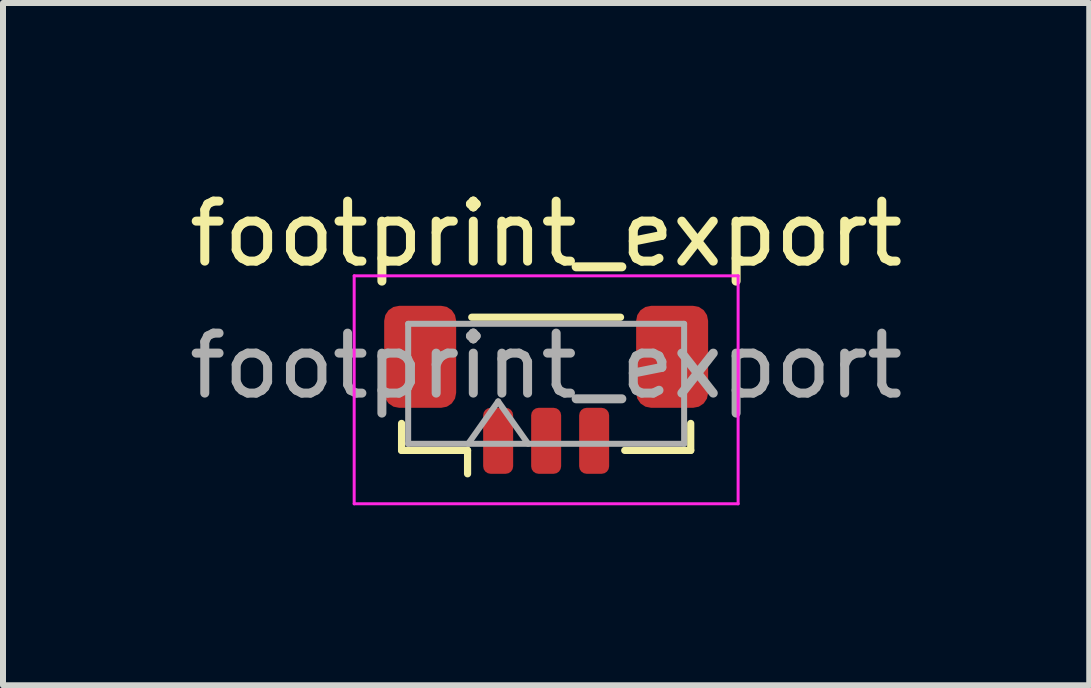
<source format=kicad_pcb>
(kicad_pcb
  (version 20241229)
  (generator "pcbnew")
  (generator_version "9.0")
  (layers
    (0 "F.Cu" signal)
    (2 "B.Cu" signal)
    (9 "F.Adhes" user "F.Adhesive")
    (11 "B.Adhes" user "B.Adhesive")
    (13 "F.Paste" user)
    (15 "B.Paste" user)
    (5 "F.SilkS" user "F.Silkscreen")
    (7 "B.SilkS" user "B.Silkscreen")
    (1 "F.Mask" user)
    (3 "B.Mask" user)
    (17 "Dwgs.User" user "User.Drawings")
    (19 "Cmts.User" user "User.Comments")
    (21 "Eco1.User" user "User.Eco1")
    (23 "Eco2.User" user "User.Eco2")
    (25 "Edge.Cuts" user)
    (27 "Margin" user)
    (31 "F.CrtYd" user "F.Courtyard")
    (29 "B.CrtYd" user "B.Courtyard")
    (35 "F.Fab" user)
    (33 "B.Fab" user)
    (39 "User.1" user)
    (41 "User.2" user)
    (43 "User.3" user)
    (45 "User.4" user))
  (footprint "footprint_export"
    (layer "F.Cu")
    (at 6.054 3.448)
    (property "Reference" "footprint_export" (at 0 -2.6 0) (layer "F.SilkS") (effects (font (size 1 1) (thickness 0.15))))
    (attr smd)
    (fp_line (start -2.41 0.56) (end -2.41 1.01) (stroke (width 0.12) (type solid)) (layer "F.SilkS"))
    (fp_line (start -2.41 1.01) (end -1.31 1.01) (stroke (width 0.12) (type solid)) (layer "F.SilkS"))
    (fp_line (start -1.31 1.01) (end -1.31 1.4) (stroke (width 0.12) (type solid)) (layer "F.SilkS"))
    (fp_line (start -1.24 -1.21) (end 1.24 -1.21) (stroke (width 0.12) (type solid)) (layer "F.SilkS"))
    (fp_line (start 2.41 0.56) (end 2.41 1.01) (stroke (width 0.12) (type solid)) (layer "F.SilkS"))
    (fp_line (start 2.41 1.01) (end 1.31 1.01) (stroke (width 0.12) (type solid)) (layer "F.SilkS"))
    (fp_line (start -3.2 -1.9) (end -3.2 1.9) (stroke (width 0.05) (type solid)) (layer "F.CrtYd"))
    (fp_line (start -3.2 1.9) (end 3.2 1.9) (stroke (width 0.05) (type solid)) (layer "F.CrtYd"))
    (fp_line (start 3.2 -1.9) (end -3.2 -1.9) (stroke (width 0.05) (type solid)) (layer "F.CrtYd"))
    (fp_line (start 3.2 1.9) (end 3.2 -1.9) (stroke (width 0.05) (type solid)) (layer "F.CrtYd"))
    (fp_line (start -2.3 -1.1) (end 2.3 -1.1) (stroke (width 0.1) (type solid)) (layer "F.Fab"))
    (fp_line (start -2.3 0.9) (end -2.3 -1.1) (stroke (width 0.1) (type solid)) (layer "F.Fab"))
    (fp_line (start -2.3 0.9) (end 2.3 0.9) (stroke (width 0.1) (type solid)) (layer "F.Fab"))
    (fp_line (start -1.3 0.9) (end -0.8 0.193) (stroke (width 0.1) (type solid)) (layer "F.Fab"))
    (fp_line (start -0.8 0.193) (end -0.3 0.9) (stroke (width 0.1) (type solid)) (layer "F.Fab"))
    (fp_line (start 2.3 0.9) (end 2.3 -1.1) (stroke (width 0.1) (type solid)) (layer "F.Fab"))
    (fp_text user "${REFERENCE}" (at 0 -0.4 0) (layer "F.Fab") (effects (font (size 1 1) (thickness 0.15))))
    (pad "1" smd roundrect (at -0.8 0.85) (size 0.5 1.1) (layers "F.Cu" "F.Mask" "F.Paste") (roundrect_rratio 0.25))
    (pad "2" smd roundrect (at 0 0.85) (size 0.5 1.1) (layers "F.Cu" "F.Mask" "F.Paste") (roundrect_rratio 0.25))
    (pad "3" smd roundrect (at 0.8 0.85) (size 0.5 1.1) (layers "F.Cu" "F.Mask" "F.Paste") (roundrect_rratio 0.25))
    (pad "MP" smd roundrect (at -2.1 -0.55) (size 1.2 1.7) (layers "F.Cu" "F.Mask" "F.Paste") (roundrect_rratio 0.208))
    (pad "MP" smd roundrect (at 2.1 -0.55) (size 1.2 1.7) (layers "F.Cu" "F.Mask" "F.Paste") (roundrect_rratio 0.208)))
  (gr_rect
    (start -3 -3)
    (end 15.107 8.373)
    (stroke (width 0.1) (type default))
    (fill no)
    (layer "Edge.Cuts")))
</source>
